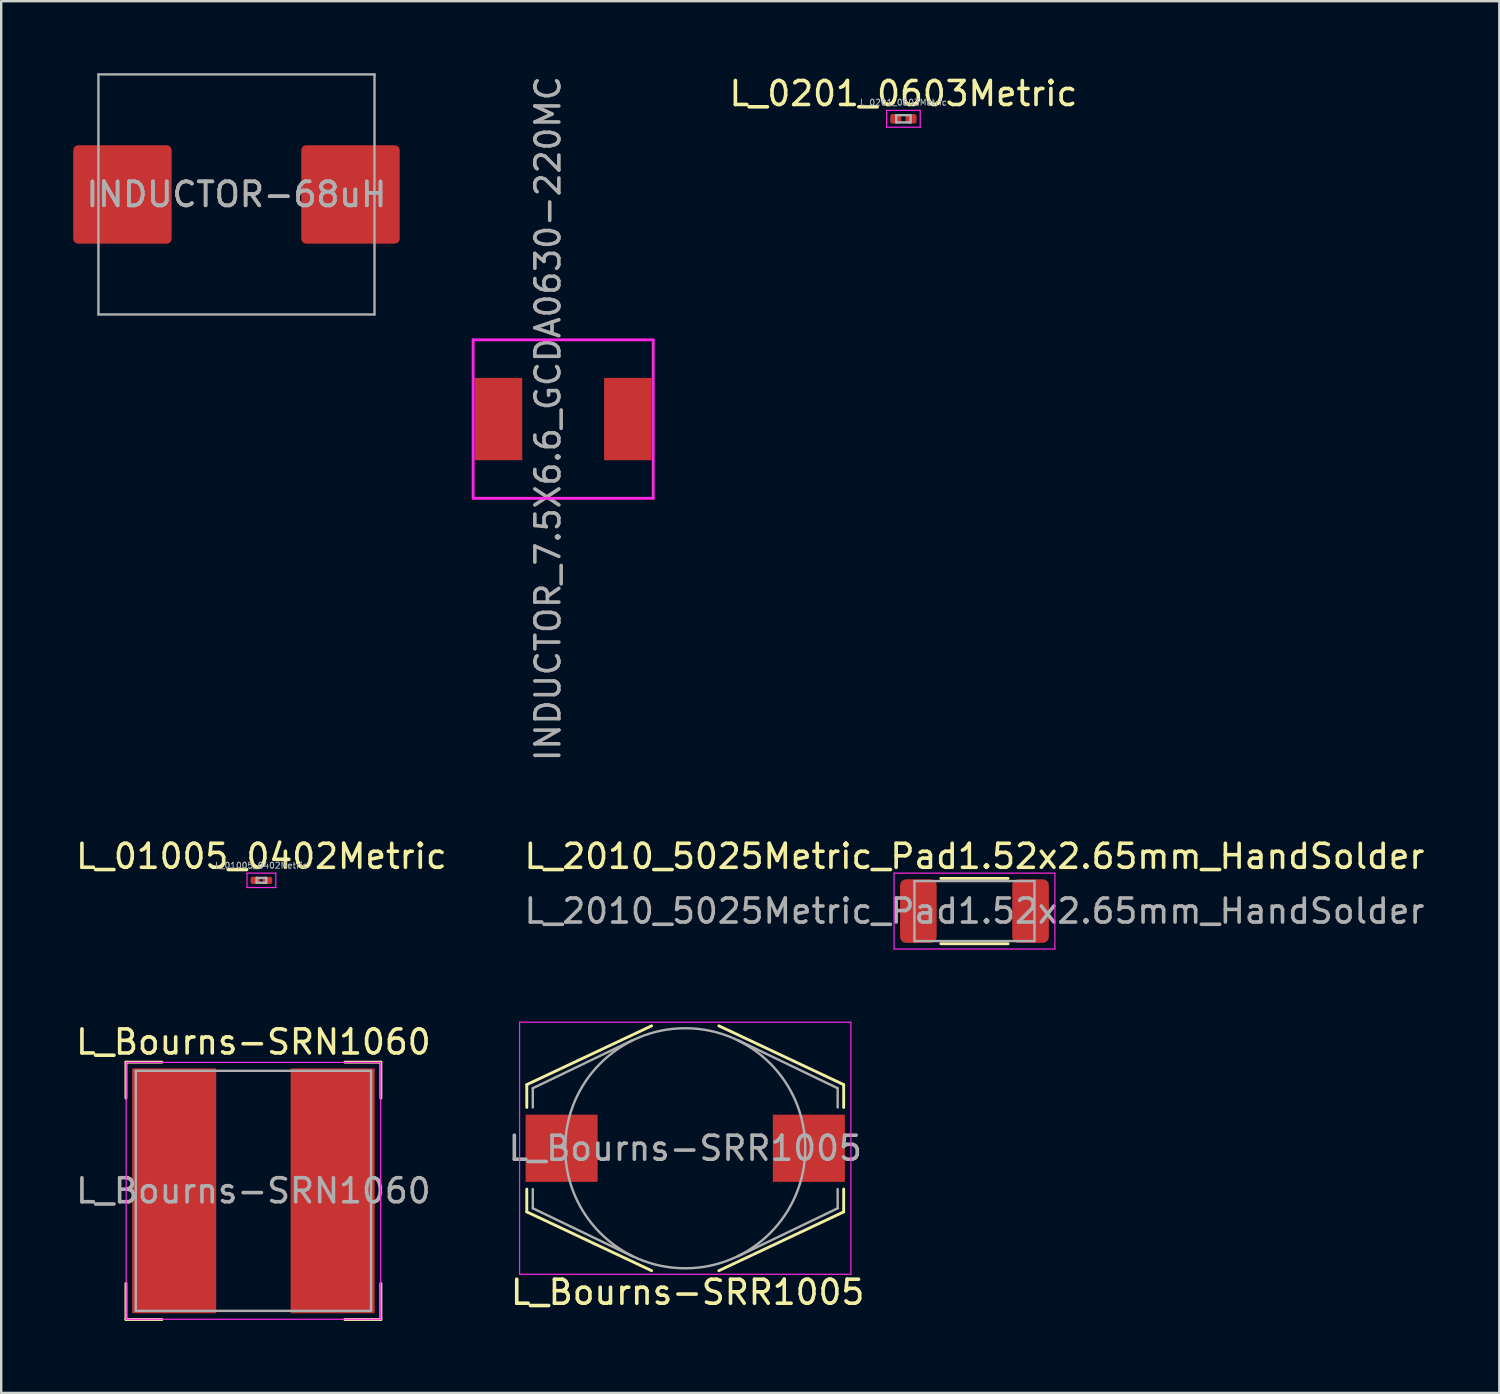
<source format=kicad_pcb>
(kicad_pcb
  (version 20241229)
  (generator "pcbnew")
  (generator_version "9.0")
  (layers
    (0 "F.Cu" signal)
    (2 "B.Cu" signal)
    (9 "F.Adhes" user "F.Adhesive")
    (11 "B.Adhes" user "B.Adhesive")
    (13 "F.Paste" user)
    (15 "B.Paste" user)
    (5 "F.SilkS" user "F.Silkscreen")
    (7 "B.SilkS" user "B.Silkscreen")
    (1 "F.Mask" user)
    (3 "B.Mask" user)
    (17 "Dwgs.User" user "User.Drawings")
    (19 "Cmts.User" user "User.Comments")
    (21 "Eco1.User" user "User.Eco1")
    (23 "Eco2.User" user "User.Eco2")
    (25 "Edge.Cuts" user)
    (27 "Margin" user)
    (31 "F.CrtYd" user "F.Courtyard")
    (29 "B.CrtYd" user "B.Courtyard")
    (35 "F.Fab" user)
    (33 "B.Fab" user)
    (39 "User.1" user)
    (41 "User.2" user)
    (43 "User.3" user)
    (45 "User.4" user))
  (footprint "L_2010_5025Metric_Pad1.52x2.65mm_HandSolder"
    (layer "F.Cu")
    (at 37.542 34.902)
    (property "Reference" "L_2010_5025Metric_Pad1.52x2.65mm_HandSolder" (at 0 -2.28 0) (layer "F.SilkS") (effects (font (size 1 1) (thickness 0.15))))
    (attr smd)
    (fp_line (start -1.402 -1.36) (end 1.402 -1.36) (stroke (width 0.12) (type solid)) (layer "F.SilkS"))
    (fp_line (start -1.402 1.36) (end 1.402 1.36) (stroke (width 0.12) (type solid)) (layer "F.SilkS"))
    (fp_line (start -3.35 -1.58) (end 3.35 -1.58) (stroke (width 0.05) (type solid)) (layer "F.CrtYd"))
    (fp_line (start -3.35 1.58) (end -3.35 -1.58) (stroke (width 0.05) (type solid)) (layer "F.CrtYd"))
    (fp_line (start 3.35 -1.58) (end 3.35 1.58) (stroke (width 0.05) (type solid)) (layer "F.CrtYd"))
    (fp_line (start 3.35 1.58) (end -3.35 1.58) (stroke (width 0.05) (type solid)) (layer "F.CrtYd"))
    (fp_line (start -2.5 -1.25) (end 2.5 -1.25) (stroke (width 0.1) (type solid)) (layer "F.Fab"))
    (fp_line (start -2.5 1.25) (end -2.5 -1.25) (stroke (width 0.1) (type solid)) (layer "F.Fab"))
    (fp_line (start 2.5 -1.25) (end 2.5 1.25) (stroke (width 0.1) (type solid)) (layer "F.Fab"))
    (fp_line (start 2.5 1.25) (end -2.5 1.25) (stroke (width 0.1) (type solid)) (layer "F.Fab"))
    (fp_text user "${REFERENCE}" (at 0 0 0) (layer "F.Fab") (effects (font (size 1 1) (thickness 0.15))))
    (pad "1" smd roundrect (at -2.337 0) (size 1.525 2.65) (layers "F.Cu" "F.Mask" "F.Paste") (roundrect_rratio 0.164))
    (pad "2" smd roundrect (at 2.337 0) (size 1.525 2.65) (layers "F.Cu" "F.Mask" "F.Paste") (roundrect_rratio 0.164)))
  (footprint "L_Bourns-SRN1060"
    (layer "F.Cu")
    (at 7.506 46.555)
    (property "Reference" "L_Bourns-SRN1060" (at 0 -6.2 0) (layer "F.SilkS") (effects (font (size 1 1) (thickness 0.15))))
    (attr smd)
    (fp_line (start -5.31 -5.36) (end -5.31 -3.86) (stroke (width 0.12) (type solid)) (layer "F.SilkS"))
    (fp_line (start -5.31 -5.36) (end -3.81 -5.36) (stroke (width 0.12) (type solid)) (layer "F.SilkS"))
    (fp_line (start -5.31 5.36) (end -5.31 3.86) (stroke (width 0.12) (type solid)) (layer "F.SilkS"))
    (fp_line (start -5.31 5.36) (end -3.81 5.36) (stroke (width 0.12) (type solid)) (layer "F.SilkS"))
    (fp_line (start 5.31 -5.36) (end 3.81 -5.36) (stroke (width 0.12) (type solid)) (layer "F.SilkS"))
    (fp_line (start 5.31 -5.36) (end 5.31 -3.86) (stroke (width 0.12) (type solid)) (layer "F.SilkS"))
    (fp_line (start 5.31 5.36) (end 3.81 5.36) (stroke (width 0.12) (type solid)) (layer "F.SilkS"))
    (fp_line (start 5.31 5.36) (end 5.31 3.86) (stroke (width 0.12) (type solid)) (layer "F.SilkS"))
    (fp_line (start -5.3 -5.35) (end -5.3 5.35) (stroke (width 0.05) (type solid)) (layer "F.CrtYd"))
    (fp_line (start -5.3 -5.35) (end 5.3 -5.35) (stroke (width 0.05) (type solid)) (layer "F.CrtYd"))
    (fp_line (start -5.3 5.35) (end 5.3 5.35) (stroke (width 0.05) (type solid)) (layer "F.CrtYd"))
    (fp_line (start 5.3 -5.35) (end 5.3 5.35) (stroke (width 0.05) (type solid)) (layer "F.CrtYd"))
    (fp_line (start -4.9 -5) (end -4.9 5) (stroke (width 0.1) (type solid)) (layer "F.Fab"))
    (fp_line (start -4.9 -5) (end 4.9 -5) (stroke (width 0.1) (type solid)) (layer "F.Fab"))
    (fp_line (start -4.9 5) (end 4.9 5) (stroke (width 0.1) (type solid)) (layer "F.Fab"))
    (fp_line (start 4.9 -5) (end 4.9 5) (stroke (width 0.1) (type solid)) (layer "F.Fab"))
    (fp_text user "${REFERENCE}" (at 0 0 0) (layer "F.Fab") (effects (font (size 1 1) (thickness 0.15))))
    (pad "1" smd rect (at -3.3 0) (size 3.5 10.2) (layers "F.Cu" "F.Mask" "F.Paste"))
    (pad "2" smd rect (at 3.3 0) (size 3.5 10.2) (layers "F.Cu" "F.Mask" "F.Paste")))
  (footprint "INDUCTOR_7.5X6.6_GCDA0630-220MC"
    (layer "F.Cu")
    (at 20.41 14.407)
    (property "Reference" "INDUCTOR_7.5X6.6_GCDA0630-220MC" (at -0.635 -0.02 90) (layer "F.Fab") (effects (font (size 1 1) (thickness 0.15))))
    (attr through_hole)
    (fp_line (start -3.75 -3.3) (end -3.75 3.3) (stroke (width 0.12) (type solid)) (layer "F.CrtYd"))
    (fp_line (start -3.75 3.3) (end 3.75 3.3) (stroke (width 0.12) (type solid)) (layer "F.CrtYd"))
    (fp_line (start 3.75 -3.3) (end -3.75 -3.3) (stroke (width 0.12) (type solid)) (layer "F.CrtYd"))
    (fp_line (start 3.75 3.3) (end 3.75 -3.3) (stroke (width 0.12) (type solid)) (layer "F.CrtYd"))
    (pad "1" smd rect (at -2.695 0) (size 1.98 3.43) (layers "F.Cu" "F.Mask" "F.Paste"))
    (pad "2" smd rect (at 2.695 0) (size 1.98 3.43) (layers "F.Cu" "F.Mask" "F.Paste")))
  (footprint "L_Bourns-SRR1005"
    (layer "F.Cu")
    (at 25.494 44.782)
    (property "Reference" "L_Bourns-SRR1005" (at 0.1 6 0) (layer "F.SilkS") (effects (font (size 1 1) (thickness 0.15))))
    (attr smd)
    (fp_line (start -6.6 -2.65) (end -6.6 -1.7) (stroke (width 0.12) (type solid)) (layer "F.SilkS"))
    (fp_line (start -6.6 -2.65) (end -1.4 -5.1) (stroke (width 0.12) (type solid)) (layer "F.SilkS"))
    (fp_line (start -6.6 2.65) (end -6.6 1.7) (stroke (width 0.12) (type solid)) (layer "F.SilkS"))
    (fp_line (start -6.6 2.65) (end -1.4 5.1) (stroke (width 0.12) (type solid)) (layer "F.SilkS"))
    (fp_line (start 6.6 -2.65) (end 1.4 -5.1) (stroke (width 0.12) (type solid)) (layer "F.SilkS"))
    (fp_line (start 6.6 -2.65) (end 6.6 -1.7) (stroke (width 0.12) (type solid)) (layer "F.SilkS"))
    (fp_line (start 6.6 2.65) (end 1.4 5.1) (stroke (width 0.12) (type solid)) (layer "F.SilkS"))
    (fp_line (start 6.6 2.65) (end 6.6 1.7) (stroke (width 0.12) (type solid)) (layer "F.SilkS"))
    (fp_line (start -6.9 -5.25) (end -6.9 5.25) (stroke (width 0.05) (type solid)) (layer "F.CrtYd"))
    (fp_line (start -6.9 -5.25) (end 6.9 -5.25) (stroke (width 0.05) (type solid)) (layer "F.CrtYd"))
    (fp_line (start -6.9 5.25) (end 6.9 5.25) (stroke (width 0.05) (type solid)) (layer "F.CrtYd"))
    (fp_line (start 6.9 -5.25) (end 6.9 5.25) (stroke (width 0.05) (type solid)) (layer "F.CrtYd"))
    (fp_line (start -6.35 -2.5) (end -2.2 -4.5) (stroke (width 0.1) (type solid)) (layer "F.Fab"))
    (fp_line (start -6.35 -1.7) (end -6.35 -2.5) (stroke (width 0.1) (type solid)) (layer "F.Fab"))
    (fp_line (start -6.35 2.5) (end -6.35 1.7) (stroke (width 0.1) (type solid)) (layer "F.Fab"))
    (fp_line (start -6.35 2.5) (end -2.2 4.5) (stroke (width 0.1) (type solid)) (layer "F.Fab"))
    (fp_line (start 6.35 -2.5) (end 2.2 -4.5) (stroke (width 0.1) (type solid)) (layer "F.Fab"))
    (fp_line (start 6.35 -1.7) (end 6.35 -2.5) (stroke (width 0.1) (type solid)) (layer "F.Fab"))
    (fp_line (start 6.35 2.5) (end 2.2 4.5) (stroke (width 0.1) (type solid)) (layer "F.Fab"))
    (fp_line (start 6.35 2.5) (end 6.35 1.7) (stroke (width 0.1) (type solid)) (layer "F.Fab"))
    (fp_circle (center 0 0) (end 0 -5) (stroke (width 0.1) (type solid)) (fill no) (layer "F.Fab"))
    (fp_text user "${REFERENCE}" (at 0 0 0) (layer "F.Fab") (effects (font (size 1 1) (thickness 0.15))))
    (pad "1" smd rect (at -5.15 0) (size 3 2.8) (layers "F.Cu" "F.Mask" "F.Paste"))
    (pad "2" smd rect (at 5.15 0) (size 3 2.8) (layers "F.Cu" "F.Mask" "F.Paste")))
  (footprint "L_01005_0402Metric"
    (layer "F.Cu")
    (at 7.839 33.622)
    (property "Reference" "L_01005_0402Metric" (at 0 -1 0) (layer "F.SilkS") (effects (font (size 1 1) (thickness 0.15))))
    (attr smd)
    (fp_line (start -0.6 -0.3) (end 0.6 -0.3) (stroke (width 0.05) (type solid)) (layer "F.CrtYd"))
    (fp_line (start -0.6 0.3) (end -0.6 -0.3) (stroke (width 0.05) (type solid)) (layer "F.CrtYd"))
    (fp_line (start 0.6 -0.3) (end 0.6 0.3) (stroke (width 0.05) (type solid)) (layer "F.CrtYd"))
    (fp_line (start 0.6 0.3) (end -0.6 0.3) (stroke (width 0.05) (type solid)) (layer "F.CrtYd"))
    (fp_line (start -0.2 -0.1) (end 0.2 -0.1) (stroke (width 0.1) (type solid)) (layer "F.Fab"))
    (fp_line (start -0.2 0.1) (end -0.2 -0.1) (stroke (width 0.1) (type solid)) (layer "F.Fab"))
    (fp_line (start 0.2 -0.1) (end 0.2 0.1) (stroke (width 0.1) (type solid)) (layer "F.Fab"))
    (fp_line (start 0.2 0.1) (end -0.2 0.1) (stroke (width 0.1) (type solid)) (layer "F.Fab"))
    (fp_text user "${REFERENCE}" (at 0 -0.62 0) (layer "F.Fab") (effects (font (size 0.25 0.25) (thickness 0.04))))
    (pad "" smd roundrect (at -0.275 0) (size 0.27 0.27) (layers "F.Paste") (roundrect_rratio 0.25))
    (pad "" smd roundrect (at 0.275 0) (size 0.27 0.27) (layers "F.Paste") (roundrect_rratio 0.25))
    (pad "1" smd roundrect (at -0.25 0) (size 0.4 0.3) (layers "F.Cu" "F.Mask") (roundrect_rratio 0.25))
    (pad "2" smd roundrect (at 0.25 0) (size 0.4 0.3) (layers "F.Cu" "F.Mask") (roundrect_rratio 0.25)))
  (footprint "L_0201_0603Metric"
    (layer "F.Cu")
    (at 34.583 1.898)
    (property "Reference" "L_0201_0603Metric" (at 0 -1.05 0) (layer "F.SilkS") (effects (font (size 1 1) (thickness 0.15))))
    (attr smd)
    (fp_line (start -0.7 -0.35) (end 0.7 -0.35) (stroke (width 0.05) (type solid)) (layer "F.CrtYd"))
    (fp_line (start -0.7 0.35) (end -0.7 -0.35) (stroke (width 0.05) (type solid)) (layer "F.CrtYd"))
    (fp_line (start 0.7 -0.35) (end 0.7 0.35) (stroke (width 0.05) (type solid)) (layer "F.CrtYd"))
    (fp_line (start 0.7 0.35) (end -0.7 0.35) (stroke (width 0.05) (type solid)) (layer "F.CrtYd"))
    (fp_line (start -0.3 -0.15) (end 0.3 -0.15) (stroke (width 0.1) (type solid)) (layer "F.Fab"))
    (fp_line (start -0.3 0.15) (end -0.3 -0.15) (stroke (width 0.1) (type solid)) (layer "F.Fab"))
    (fp_line (start 0.3 -0.15) (end 0.3 0.15) (stroke (width 0.1) (type solid)) (layer "F.Fab"))
    (fp_line (start 0.3 0.15) (end -0.3 0.15) (stroke (width 0.1) (type solid)) (layer "F.Fab"))
    (fp_text user "${REFERENCE}" (at 0 -0.68 0) (layer "F.Fab") (effects (font (size 0.25 0.25) (thickness 0.04))))
    (pad "" smd roundrect (at -0.345 0) (size 0.318 0.36) (layers "F.Paste") (roundrect_rratio 0.25))
    (pad "" smd roundrect (at 0.345 0) (size 0.318 0.36) (layers "F.Paste") (roundrect_rratio 0.25))
    (pad "1" smd roundrect (at -0.32 0) (size 0.46 0.4) (layers "F.Cu" "F.Mask") (roundrect_rratio 0.25))
    (pad "2" smd roundrect (at 0.32 0) (size 0.46 0.4) (layers "F.Cu" "F.Mask") (roundrect_rratio 0.25)))
  (footprint "INDUCTOR-68uH"
    (layer "F.Cu")
    (at 6.8 5.05)
    (property "Reference" "INDUCTOR-68uH" (at 0 0 0) (unlocked yes) (layer "F.Fab") (effects (font (size 1 1) (thickness 0.15))))
    (fp_line (start -5.75 -5) (end -5.75 5) (stroke (width 0.1) (type solid)) (layer "F.Fab"))
    (fp_line (start -5.75 5) (end 5.75 5) (stroke (width 0.1) (type solid)) (layer "F.Fab"))
    (fp_line (start 5.75 -5) (end -5.75 -5) (stroke (width 0.1) (type solid)) (layer "F.Fab"))
    (fp_line (start 5.75 5) (end 5.75 -5) (stroke (width 0.1) (type solid)) (layer "F.Fab"))
    (fp_text user "${REFERENCE}" (at 0 0 0) (unlocked yes) (layer "F.Fab") (effects (font (size 1 1) (thickness 0.15))))
    (pad "1" smd roundrect (at -4.75 0) (size 4.1 4.1) (layers "F.Cu" "F.Mask" "F.Paste") (roundrect_rratio 0.05))
    (pad "2" smd roundrect (at 4.75 0) (size 4.1 4.1) (layers "F.Cu" "F.Mask" "F.Paste") (roundrect_rratio 0.05)))
  (gr_rect
    (start -3 -3)
    (end 59.405 54.975)
    (stroke (width 0.1) (type default))
    (fill no)
    (layer "Edge.Cuts")))
</source>
